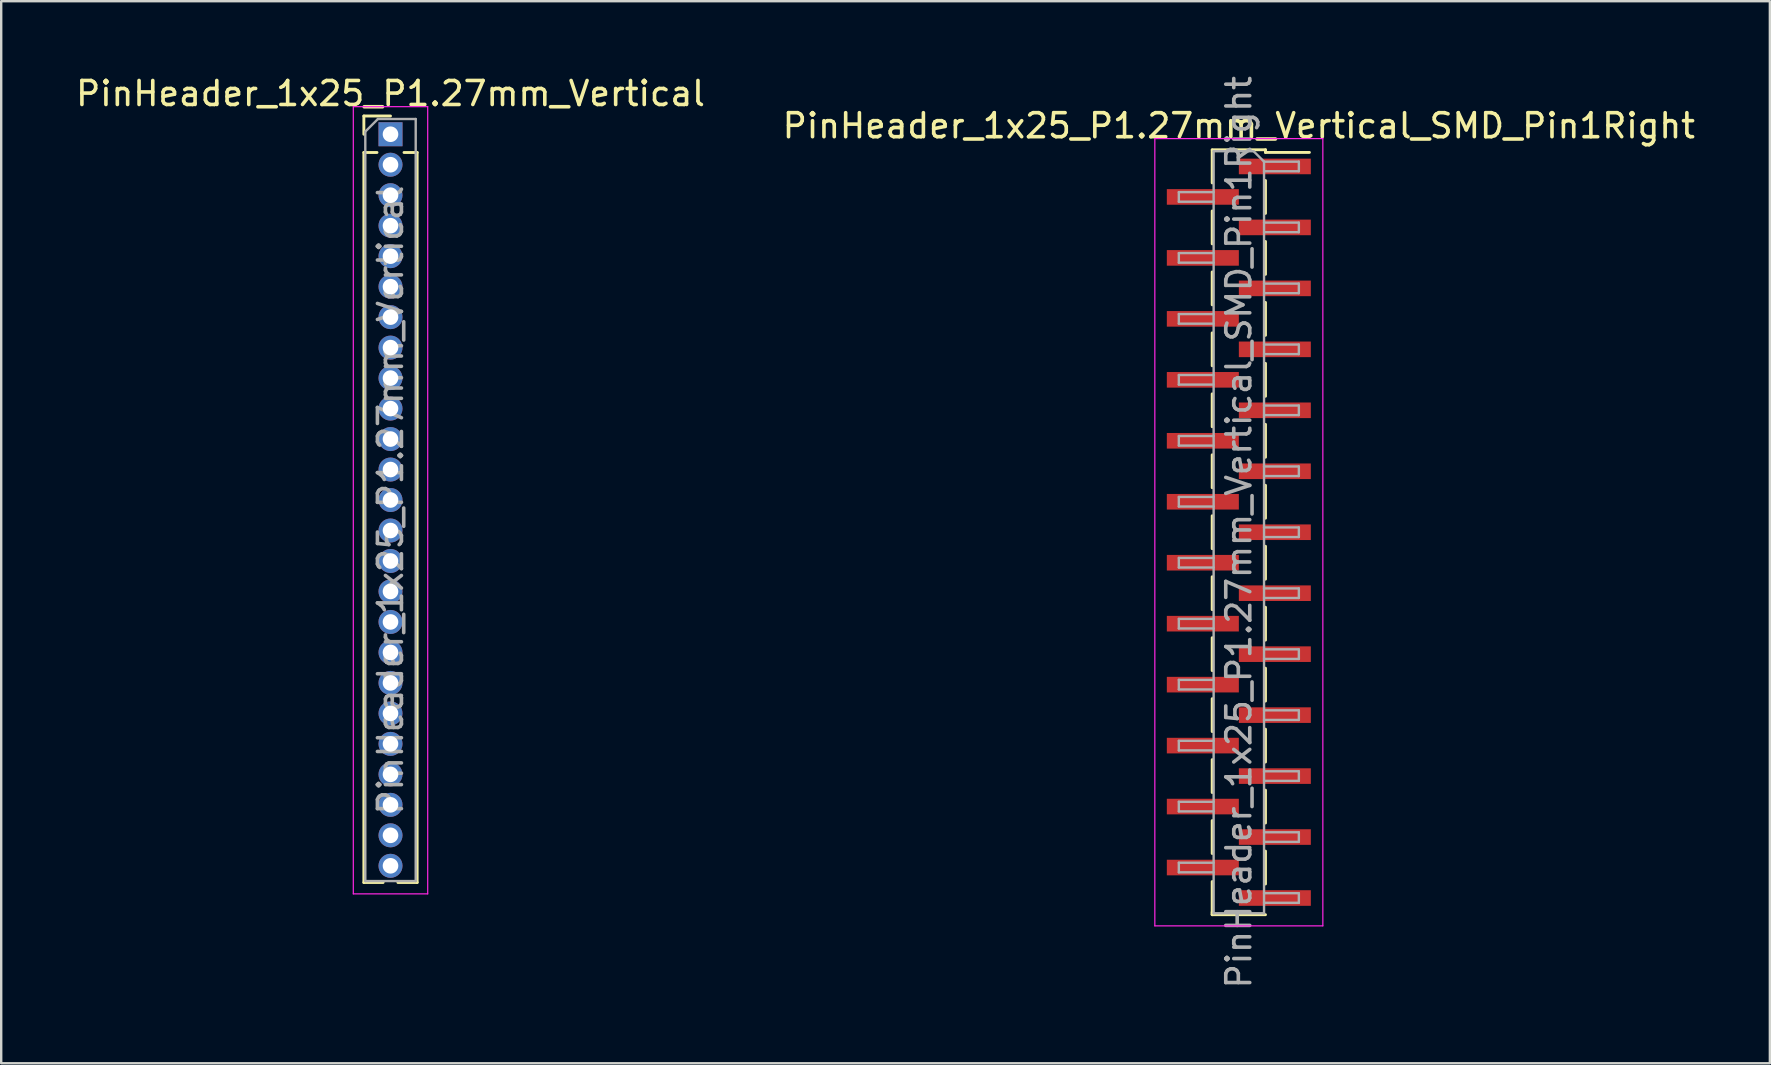
<source format=kicad_pcb>
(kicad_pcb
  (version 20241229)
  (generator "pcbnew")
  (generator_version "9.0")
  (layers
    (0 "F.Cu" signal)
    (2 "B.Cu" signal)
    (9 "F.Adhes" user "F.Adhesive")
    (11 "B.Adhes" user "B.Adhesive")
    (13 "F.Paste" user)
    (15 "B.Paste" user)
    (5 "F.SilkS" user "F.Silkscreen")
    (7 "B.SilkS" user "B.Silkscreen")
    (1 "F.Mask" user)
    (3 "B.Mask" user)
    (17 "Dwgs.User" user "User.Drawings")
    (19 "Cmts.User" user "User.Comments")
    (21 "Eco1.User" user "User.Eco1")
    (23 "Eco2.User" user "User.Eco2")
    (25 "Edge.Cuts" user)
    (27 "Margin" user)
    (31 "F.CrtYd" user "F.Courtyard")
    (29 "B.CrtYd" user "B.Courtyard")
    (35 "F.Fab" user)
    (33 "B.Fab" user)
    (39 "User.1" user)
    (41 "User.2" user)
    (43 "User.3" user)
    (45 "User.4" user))
  (footprint "PinHeader_1x25_P1.27mm_Vertical_SMD_Pin1Right"
    (layer "F.Cu")
    (at 48.565 19.125)
    (property "Reference" "PinHeader_1x25_P1.27mm_Vertical_SMD_Pin1Right" (at 0 -16.935 0) (layer "F.SilkS") (effects (font (size 1 1) (thickness 0.15))))
    (attr smd)
    (fp_line (start -1.11 -15.935) (end 1.11 -15.935) (stroke (width 0.12) (type solid)) (layer "F.SilkS"))
    (fp_line (start -1.11 -15.925) (end -1.11 -14.555) (stroke (width 0.12) (type solid)) (layer "F.SilkS"))
    (fp_line (start -1.11 -13.385) (end -1.11 -12.015) (stroke (width 0.12) (type solid)) (layer "F.SilkS"))
    (fp_line (start -1.11 -10.845) (end -1.11 -9.475) (stroke (width 0.12) (type solid)) (layer "F.SilkS"))
    (fp_line (start -1.11 -8.305) (end -1.11 -6.935) (stroke (width 0.12) (type solid)) (layer "F.SilkS"))
    (fp_line (start -1.11 -5.765) (end -1.11 -4.395) (stroke (width 0.12) (type solid)) (layer "F.SilkS"))
    (fp_line (start -1.11 -3.225) (end -1.11 -1.855) (stroke (width 0.12) (type solid)) (layer "F.SilkS"))
    (fp_line (start -1.11 -0.685) (end -1.11 0.685) (stroke (width 0.12) (type solid)) (layer "F.SilkS"))
    (fp_line (start -1.11 1.855) (end -1.11 3.225) (stroke (width 0.12) (type solid)) (layer "F.SilkS"))
    (fp_line (start -1.11 4.395) (end -1.11 5.765) (stroke (width 0.12) (type solid)) (layer "F.SilkS"))
    (fp_line (start -1.11 6.935) (end -1.11 8.305) (stroke (width 0.12) (type solid)) (layer "F.SilkS"))
    (fp_line (start -1.11 9.475) (end -1.11 10.845) (stroke (width 0.12) (type solid)) (layer "F.SilkS"))
    (fp_line (start -1.11 12.015) (end -1.11 13.385) (stroke (width 0.12) (type solid)) (layer "F.SilkS"))
    (fp_line (start -1.11 14.555) (end -1.11 15.925) (stroke (width 0.12) (type solid)) (layer "F.SilkS"))
    (fp_line (start -1.11 15.825) (end -1.11 15.935) (stroke (width 0.12) (type solid)) (layer "F.SilkS"))
    (fp_line (start -1.11 15.935) (end 1.11 15.935) (stroke (width 0.12) (type solid)) (layer "F.SilkS"))
    (fp_line (start 1.11 -15.935) (end 1.11 -15.825) (stroke (width 0.12) (type solid)) (layer "F.SilkS"))
    (fp_line (start 1.11 -15.825) (end 2.94 -15.825) (stroke (width 0.12) (type solid)) (layer "F.SilkS"))
    (fp_line (start 1.11 -14.655) (end 1.11 -13.285) (stroke (width 0.12) (type solid)) (layer "F.SilkS"))
    (fp_line (start 1.11 -12.115) (end 1.11 -10.745) (stroke (width 0.12) (type solid)) (layer "F.SilkS"))
    (fp_line (start 1.11 -9.575) (end 1.11 -8.205) (stroke (width 0.12) (type solid)) (layer "F.SilkS"))
    (fp_line (start 1.11 -7.035) (end 1.11 -5.665) (stroke (width 0.12) (type solid)) (layer "F.SilkS"))
    (fp_line (start 1.11 -4.495) (end 1.11 -3.125) (stroke (width 0.12) (type solid)) (layer "F.SilkS"))
    (fp_line (start 1.11 -1.955) (end 1.11 -0.585) (stroke (width 0.12) (type solid)) (layer "F.SilkS"))
    (fp_line (start 1.11 0.585) (end 1.11 1.955) (stroke (width 0.12) (type solid)) (layer "F.SilkS"))
    (fp_line (start 1.11 3.125) (end 1.11 4.495) (stroke (width 0.12) (type solid)) (layer "F.SilkS"))
    (fp_line (start 1.11 5.665) (end 1.11 7.035) (stroke (width 0.12) (type solid)) (layer "F.SilkS"))
    (fp_line (start 1.11 8.205) (end 1.11 9.575) (stroke (width 0.12) (type solid)) (layer "F.SilkS"))
    (fp_line (start 1.11 10.745) (end 1.11 12.115) (stroke (width 0.12) (type solid)) (layer "F.SilkS"))
    (fp_line (start 1.11 13.285) (end 1.11 14.655) (stroke (width 0.12) (type solid)) (layer "F.SilkS"))
    (fp_line (start -3.5 -16.4) (end -3.5 16.4) (stroke (width 0.05) (type solid)) (layer "F.CrtYd"))
    (fp_line (start -3.5 16.4) (end 3.5 16.4) (stroke (width 0.05) (type solid)) (layer "F.CrtYd"))
    (fp_line (start 3.5 -16.4) (end -3.5 -16.4) (stroke (width 0.05) (type solid)) (layer "F.CrtYd"))
    (fp_line (start 3.5 16.4) (end 3.5 -16.4) (stroke (width 0.05) (type solid)) (layer "F.CrtYd"))
    (fp_line (start -2.5 -14.17) (end -2.5 -13.77) (stroke (width 0.1) (type solid)) (layer "F.Fab"))
    (fp_line (start -2.5 -13.77) (end -1.05 -13.77) (stroke (width 0.1) (type solid)) (layer "F.Fab"))
    (fp_line (start -2.5 -11.63) (end -2.5 -11.23) (stroke (width 0.1) (type solid)) (layer "F.Fab"))
    (fp_line (start -2.5 -11.23) (end -1.05 -11.23) (stroke (width 0.1) (type solid)) (layer "F.Fab"))
    (fp_line (start -2.5 -9.09) (end -2.5 -8.69) (stroke (width 0.1) (type solid)) (layer "F.Fab"))
    (fp_line (start -2.5 -8.69) (end -1.05 -8.69) (stroke (width 0.1) (type solid)) (layer "F.Fab"))
    (fp_line (start -2.5 -6.55) (end -2.5 -6.15) (stroke (width 0.1) (type solid)) (layer "F.Fab"))
    (fp_line (start -2.5 -6.15) (end -1.05 -6.15) (stroke (width 0.1) (type solid)) (layer "F.Fab"))
    (fp_line (start -2.5 -4.01) (end -2.5 -3.61) (stroke (width 0.1) (type solid)) (layer "F.Fab"))
    (fp_line (start -2.5 -3.61) (end -1.05 -3.61) (stroke (width 0.1) (type solid)) (layer "F.Fab"))
    (fp_line (start -2.5 -1.47) (end -2.5 -1.07) (stroke (width 0.1) (type solid)) (layer "F.Fab"))
    (fp_line (start -2.5 -1.07) (end -1.05 -1.07) (stroke (width 0.1) (type solid)) (layer "F.Fab"))
    (fp_line (start -2.5 1.07) (end -2.5 1.47) (stroke (width 0.1) (type solid)) (layer "F.Fab"))
    (fp_line (start -2.5 1.47) (end -1.05 1.47) (stroke (width 0.1) (type solid)) (layer "F.Fab"))
    (fp_line (start -2.5 3.61) (end -2.5 4.01) (stroke (width 0.1) (type solid)) (layer "F.Fab"))
    (fp_line (start -2.5 4.01) (end -1.05 4.01) (stroke (width 0.1) (type solid)) (layer "F.Fab"))
    (fp_line (start -2.5 6.15) (end -2.5 6.55) (stroke (width 0.1) (type solid)) (layer "F.Fab"))
    (fp_line (start -2.5 6.55) (end -1.05 6.55) (stroke (width 0.1) (type solid)) (layer "F.Fab"))
    (fp_line (start -2.5 8.69) (end -2.5 9.09) (stroke (width 0.1) (type solid)) (layer "F.Fab"))
    (fp_line (start -2.5 9.09) (end -1.05 9.09) (stroke (width 0.1) (type solid)) (layer "F.Fab"))
    (fp_line (start -2.5 11.23) (end -2.5 11.63) (stroke (width 0.1) (type solid)) (layer "F.Fab"))
    (fp_line (start -2.5 11.63) (end -1.05 11.63) (stroke (width 0.1) (type solid)) (layer "F.Fab"))
    (fp_line (start -2.5 13.77) (end -2.5 14.17) (stroke (width 0.1) (type solid)) (layer "F.Fab"))
    (fp_line (start -2.5 14.17) (end -1.05 14.17) (stroke (width 0.1) (type solid)) (layer "F.Fab"))
    (fp_line (start -1.05 -15.875) (end -1.05 15.875) (stroke (width 0.1) (type solid)) (layer "F.Fab"))
    (fp_line (start -1.05 -15.875) (end 0.615 -15.875) (stroke (width 0.1) (type solid)) (layer "F.Fab"))
    (fp_line (start -1.05 -14.17) (end -2.5 -14.17) (stroke (width 0.1) (type solid)) (layer "F.Fab"))
    (fp_line (start -1.05 -11.63) (end -2.5 -11.63) (stroke (width 0.1) (type solid)) (layer "F.Fab"))
    (fp_line (start -1.05 -9.09) (end -2.5 -9.09) (stroke (width 0.1) (type solid)) (layer "F.Fab"))
    (fp_line (start -1.05 -6.55) (end -2.5 -6.55) (stroke (width 0.1) (type solid)) (layer "F.Fab"))
    (fp_line (start -1.05 -4.01) (end -2.5 -4.01) (stroke (width 0.1) (type solid)) (layer "F.Fab"))
    (fp_line (start -1.05 -1.47) (end -2.5 -1.47) (stroke (width 0.1) (type solid)) (layer "F.Fab"))
    (fp_line (start -1.05 1.07) (end -2.5 1.07) (stroke (width 0.1) (type solid)) (layer "F.Fab"))
    (fp_line (start -1.05 3.61) (end -2.5 3.61) (stroke (width 0.1) (type solid)) (layer "F.Fab"))
    (fp_line (start -1.05 6.15) (end -2.5 6.15) (stroke (width 0.1) (type solid)) (layer "F.Fab"))
    (fp_line (start -1.05 8.69) (end -2.5 8.69) (stroke (width 0.1) (type solid)) (layer "F.Fab"))
    (fp_line (start -1.05 11.23) (end -2.5 11.23) (stroke (width 0.1) (type solid)) (layer "F.Fab"))
    (fp_line (start -1.05 13.77) (end -2.5 13.77) (stroke (width 0.1) (type solid)) (layer "F.Fab"))
    (fp_line (start 1.05 -15.44) (end 0.615 -15.875) (stroke (width 0.1) (type solid)) (layer "F.Fab"))
    (fp_line (start 1.05 -15.44) (end 2.5 -15.44) (stroke (width 0.1) (type solid)) (layer "F.Fab"))
    (fp_line (start 1.05 -12.9) (end 2.5 -12.9) (stroke (width 0.1) (type solid)) (layer "F.Fab"))
    (fp_line (start 1.05 -10.36) (end 2.5 -10.36) (stroke (width 0.1) (type solid)) (layer "F.Fab"))
    (fp_line (start 1.05 -7.82) (end 2.5 -7.82) (stroke (width 0.1) (type solid)) (layer "F.Fab"))
    (fp_line (start 1.05 -5.28) (end 2.5 -5.28) (stroke (width 0.1) (type solid)) (layer "F.Fab"))
    (fp_line (start 1.05 -2.74) (end 2.5 -2.74) (stroke (width 0.1) (type solid)) (layer "F.Fab"))
    (fp_line (start 1.05 -0.2) (end 2.5 -0.2) (stroke (width 0.1) (type solid)) (layer "F.Fab"))
    (fp_line (start 1.05 2.34) (end 2.5 2.34) (stroke (width 0.1) (type solid)) (layer "F.Fab"))
    (fp_line (start 1.05 4.88) (end 2.5 4.88) (stroke (width 0.1) (type solid)) (layer "F.Fab"))
    (fp_line (start 1.05 7.42) (end 2.5 7.42) (stroke (width 0.1) (type solid)) (layer "F.Fab"))
    (fp_line (start 1.05 9.96) (end 2.5 9.96) (stroke (width 0.1) (type solid)) (layer "F.Fab"))
    (fp_line (start 1.05 12.5) (end 2.5 12.5) (stroke (width 0.1) (type solid)) (layer "F.Fab"))
    (fp_line (start 1.05 15.04) (end 2.5 15.04) (stroke (width 0.1) (type solid)) (layer "F.Fab"))
    (fp_line (start 1.05 15.875) (end -1.05 15.875) (stroke (width 0.1) (type solid)) (layer "F.Fab"))
    (fp_line (start 1.05 15.875) (end 1.05 -15.44) (stroke (width 0.1) (type solid)) (layer "F.Fab"))
    (fp_line (start 2.5 -15.44) (end 2.5 -15.04) (stroke (width 0.1) (type solid)) (layer "F.Fab"))
    (fp_line (start 2.5 -15.04) (end 1.05 -15.04) (stroke (width 0.1) (type solid)) (layer "F.Fab"))
    (fp_line (start 2.5 -12.9) (end 2.5 -12.5) (stroke (width 0.1) (type solid)) (layer "F.Fab"))
    (fp_line (start 2.5 -12.5) (end 1.05 -12.5) (stroke (width 0.1) (type solid)) (layer "F.Fab"))
    (fp_line (start 2.5 -10.36) (end 2.5 -9.96) (stroke (width 0.1) (type solid)) (layer "F.Fab"))
    (fp_line (start 2.5 -9.96) (end 1.05 -9.96) (stroke (width 0.1) (type solid)) (layer "F.Fab"))
    (fp_line (start 2.5 -7.82) (end 2.5 -7.42) (stroke (width 0.1) (type solid)) (layer "F.Fab"))
    (fp_line (start 2.5 -7.42) (end 1.05 -7.42) (stroke (width 0.1) (type solid)) (layer "F.Fab"))
    (fp_line (start 2.5 -5.28) (end 2.5 -4.88) (stroke (width 0.1) (type solid)) (layer "F.Fab"))
    (fp_line (start 2.5 -4.88) (end 1.05 -4.88) (stroke (width 0.1) (type solid)) (layer "F.Fab"))
    (fp_line (start 2.5 -2.74) (end 2.5 -2.34) (stroke (width 0.1) (type solid)) (layer "F.Fab"))
    (fp_line (start 2.5 -2.34) (end 1.05 -2.34) (stroke (width 0.1) (type solid)) (layer "F.Fab"))
    (fp_line (start 2.5 -0.2) (end 2.5 0.2) (stroke (width 0.1) (type solid)) (layer "F.Fab"))
    (fp_line (start 2.5 0.2) (end 1.05 0.2) (stroke (width 0.1) (type solid)) (layer "F.Fab"))
    (fp_line (start 2.5 2.34) (end 2.5 2.74) (stroke (width 0.1) (type solid)) (layer "F.Fab"))
    (fp_line (start 2.5 2.74) (end 1.05 2.74) (stroke (width 0.1) (type solid)) (layer "F.Fab"))
    (fp_line (start 2.5 4.88) (end 2.5 5.28) (stroke (width 0.1) (type solid)) (layer "F.Fab"))
    (fp_line (start 2.5 5.28) (end 1.05 5.28) (stroke (width 0.1) (type solid)) (layer "F.Fab"))
    (fp_line (start 2.5 7.42) (end 2.5 7.82) (stroke (width 0.1) (type solid)) (layer "F.Fab"))
    (fp_line (start 2.5 7.82) (end 1.05 7.82) (stroke (width 0.1) (type solid)) (layer "F.Fab"))
    (fp_line (start 2.5 9.96) (end 2.5 10.36) (stroke (width 0.1) (type solid)) (layer "F.Fab"))
    (fp_line (start 2.5 10.36) (end 1.05 10.36) (stroke (width 0.1) (type solid)) (layer "F.Fab"))
    (fp_line (start 2.5 12.5) (end 2.5 12.9) (stroke (width 0.1) (type solid)) (layer "F.Fab"))
    (fp_line (start 2.5 12.9) (end 1.05 12.9) (stroke (width 0.1) (type solid)) (layer "F.Fab"))
    (fp_line (start 2.5 15.04) (end 2.5 15.44) (stroke (width 0.1) (type solid)) (layer "F.Fab"))
    (fp_line (start 2.5 15.44) (end 1.05 15.44) (stroke (width 0.1) (type solid)) (layer "F.Fab"))
    (fp_text user "${REFERENCE}" (at 0 0 90) (layer "F.Fab") (effects (font (size 1 1) (thickness 0.15))))
    (pad "1" smd rect (at 1.5 -15.24) (size 3 0.65) (layers "F.Cu" "F.Mask" "F.Paste"))
    (pad "2" smd rect (at -1.5 -13.97) (size 3 0.65) (layers "F.Cu" "F.Mask" "F.Paste"))
    (pad "3" smd rect (at 1.5 -12.7) (size 3 0.65) (layers "F.Cu" "F.Mask" "F.Paste"))
    (pad "4" smd rect (at -1.5 -11.43) (size 3 0.65) (layers "F.Cu" "F.Mask" "F.Paste"))
    (pad "5" smd rect (at 1.5 -10.16) (size 3 0.65) (layers "F.Cu" "F.Mask" "F.Paste"))
    (pad "6" smd rect (at -1.5 -8.89) (size 3 0.65) (layers "F.Cu" "F.Mask" "F.Paste"))
    (pad "7" smd rect (at 1.5 -7.62) (size 3 0.65) (layers "F.Cu" "F.Mask" "F.Paste"))
    (pad "8" smd rect (at -1.5 -6.35) (size 3 0.65) (layers "F.Cu" "F.Mask" "F.Paste"))
    (pad "9" smd rect (at 1.5 -5.08) (size 3 0.65) (layers "F.Cu" "F.Mask" "F.Paste"))
    (pad "10" smd rect (at -1.5 -3.81) (size 3 0.65) (layers "F.Cu" "F.Mask" "F.Paste"))
    (pad "11" smd rect (at 1.5 -2.54) (size 3 0.65) (layers "F.Cu" "F.Mask" "F.Paste"))
    (pad "12" smd rect (at -1.5 -1.27) (size 3 0.65) (layers "F.Cu" "F.Mask" "F.Paste"))
    (pad "13" smd rect (at 1.5 0) (size 3 0.65) (layers "F.Cu" "F.Mask" "F.Paste"))
    (pad "14" smd rect (at -1.5 1.27) (size 3 0.65) (layers "F.Cu" "F.Mask" "F.Paste"))
    (pad "15" smd rect (at 1.5 2.54) (size 3 0.65) (layers "F.Cu" "F.Mask" "F.Paste"))
    (pad "16" smd rect (at -1.5 3.81) (size 3 0.65) (layers "F.Cu" "F.Mask" "F.Paste"))
    (pad "17" smd rect (at 1.5 5.08) (size 3 0.65) (layers "F.Cu" "F.Mask" "F.Paste"))
    (pad "18" smd rect (at -1.5 6.35) (size 3 0.65) (layers "F.Cu" "F.Mask" "F.Paste"))
    (pad "19" smd rect (at 1.5 7.62) (size 3 0.65) (layers "F.Cu" "F.Mask" "F.Paste"))
    (pad "20" smd rect (at -1.5 8.89) (size 3 0.65) (layers "F.Cu" "F.Mask" "F.Paste"))
    (pad "21" smd rect (at 1.5 10.16) (size 3 0.65) (layers "F.Cu" "F.Mask" "F.Paste"))
    (pad "22" smd rect (at -1.5 11.43) (size 3 0.65) (layers "F.Cu" "F.Mask" "F.Paste"))
    (pad "23" smd rect (at 1.5 12.7) (size 3 0.65) (layers "F.Cu" "F.Mask" "F.Paste"))
    (pad "24" smd rect (at -1.5 13.97) (size 3 0.65) (layers "F.Cu" "F.Mask" "F.Paste"))
    (pad "25" smd rect (at 1.5 15.24) (size 3 0.65) (layers "F.Cu" "F.Mask" "F.Paste")))
  (footprint "PinHeader_1x25_P1.27mm_Vertical"
    (layer "F.Cu")
    (at 13.22 2.543)
    (property "Reference" "PinHeader_1x25_P1.27mm_Vertical" (at 0 -1.695 0) (layer "F.SilkS") (effects (font (size 1 1) (thickness 0.15))))
    (attr through_hole)
    (fp_line (start -1.11 -0.76) (end 0 -0.76) (stroke (width 0.12) (type solid)) (layer "F.SilkS"))
    (fp_line (start -1.11 0) (end -1.11 -0.76) (stroke (width 0.12) (type solid)) (layer "F.SilkS"))
    (fp_line (start -1.11 0.76) (end -1.11 31.175) (stroke (width 0.12) (type solid)) (layer "F.SilkS"))
    (fp_line (start -1.11 0.76) (end -0.563 0.76) (stroke (width 0.12) (type solid)) (layer "F.SilkS"))
    (fp_line (start -1.11 31.175) (end -0.308 31.175) (stroke (width 0.12) (type solid)) (layer "F.SilkS"))
    (fp_line (start 0.308 31.175) (end 1.11 31.175) (stroke (width 0.12) (type solid)) (layer "F.SilkS"))
    (fp_line (start 0.563 0.76) (end 1.11 0.76) (stroke (width 0.12) (type solid)) (layer "F.SilkS"))
    (fp_line (start 1.11 0.76) (end 1.11 31.175) (stroke (width 0.12) (type solid)) (layer "F.SilkS"))
    (fp_line (start -1.55 -1.15) (end -1.55 31.65) (stroke (width 0.05) (type solid)) (layer "F.CrtYd"))
    (fp_line (start -1.55 31.65) (end 1.55 31.65) (stroke (width 0.05) (type solid)) (layer "F.CrtYd"))
    (fp_line (start 1.55 -1.15) (end -1.55 -1.15) (stroke (width 0.05) (type solid)) (layer "F.CrtYd"))
    (fp_line (start 1.55 31.65) (end 1.55 -1.15) (stroke (width 0.05) (type solid)) (layer "F.CrtYd"))
    (fp_line (start -1.05 -0.11) (end -0.525 -0.635) (stroke (width 0.1) (type solid)) (layer "F.Fab"))
    (fp_line (start -1.05 31.115) (end -1.05 -0.11) (stroke (width 0.1) (type solid)) (layer "F.Fab"))
    (fp_line (start -0.525 -0.635) (end 1.05 -0.635) (stroke (width 0.1) (type solid)) (layer "F.Fab"))
    (fp_line (start 1.05 -0.635) (end 1.05 31.115) (stroke (width 0.1) (type solid)) (layer "F.Fab"))
    (fp_line (start 1.05 31.115) (end -1.05 31.115) (stroke (width 0.1) (type solid)) (layer "F.Fab"))
    (fp_text user "${REFERENCE}" (at 0 15.24 90) (layer "F.Fab") (effects (font (size 1 1) (thickness 0.15))))
    (pad "1" thru_hole rect (at 0 0) (size 1 1) (drill 0.65) (layers "*.Cu" "*.Mask"))
    (pad "2" thru_hole oval (at 0 1.27) (size 1 1) (drill 0.65) (layers "*.Cu" "*.Mask"))
    (pad "3" thru_hole oval (at 0 2.54) (size 1 1) (drill 0.65) (layers "*.Cu" "*.Mask"))
    (pad "4" thru_hole oval (at 0 3.81) (size 1 1) (drill 0.65) (layers "*.Cu" "*.Mask"))
    (pad "5" thru_hole oval (at 0 5.08) (size 1 1) (drill 0.65) (layers "*.Cu" "*.Mask"))
    (pad "6" thru_hole oval (at 0 6.35) (size 1 1) (drill 0.65) (layers "*.Cu" "*.Mask"))
    (pad "7" thru_hole oval (at 0 7.62) (size 1 1) (drill 0.65) (layers "*.Cu" "*.Mask"))
    (pad "8" thru_hole oval (at 0 8.89) (size 1 1) (drill 0.65) (layers "*.Cu" "*.Mask"))
    (pad "9" thru_hole oval (at 0 10.16) (size 1 1) (drill 0.65) (layers "*.Cu" "*.Mask"))
    (pad "10" thru_hole oval (at 0 11.43) (size 1 1) (drill 0.65) (layers "*.Cu" "*.Mask"))
    (pad "11" thru_hole oval (at 0 12.7) (size 1 1) (drill 0.65) (layers "*.Cu" "*.Mask"))
    (pad "12" thru_hole oval (at 0 13.97) (size 1 1) (drill 0.65) (layers "*.Cu" "*.Mask"))
    (pad "13" thru_hole oval (at 0 15.24) (size 1 1) (drill 0.65) (layers "*.Cu" "*.Mask"))
    (pad "14" thru_hole oval (at 0 16.51) (size 1 1) (drill 0.65) (layers "*.Cu" "*.Mask"))
    (pad "15" thru_hole oval (at 0 17.78) (size 1 1) (drill 0.65) (layers "*.Cu" "*.Mask"))
    (pad "16" thru_hole oval (at 0 19.05) (size 1 1) (drill 0.65) (layers "*.Cu" "*.Mask"))
    (pad "17" thru_hole oval (at 0 20.32) (size 1 1) (drill 0.65) (layers "*.Cu" "*.Mask"))
    (pad "18" thru_hole oval (at 0 21.59) (size 1 1) (drill 0.65) (layers "*.Cu" "*.Mask"))
    (pad "19" thru_hole oval (at 0 22.86) (size 1 1) (drill 0.65) (layers "*.Cu" "*.Mask"))
    (pad "20" thru_hole oval (at 0 24.13) (size 1 1) (drill 0.65) (layers "*.Cu" "*.Mask"))
    (pad "21" thru_hole oval (at 0 25.4) (size 1 1) (drill 0.65) (layers "*.Cu" "*.Mask"))
    (pad "22" thru_hole oval (at 0 26.67) (size 1 1) (drill 0.65) (layers "*.Cu" "*.Mask"))
    (pad "23" thru_hole oval (at 0 27.94) (size 1 1) (drill 0.65) (layers "*.Cu" "*.Mask"))
    (pad "24" thru_hole oval (at 0 29.21) (size 1 1) (drill 0.65) (layers "*.Cu" "*.Mask"))
    (pad "25" thru_hole oval (at 0 30.48) (size 1 1) (drill 0.65) (layers "*.Cu" "*.Mask")))
  (gr_rect
    (start -3 -3)
    (end 70.69 41.25)
    (stroke (width 0.1) (type default))
    (fill no)
    (layer "Edge.Cuts")))
</source>
